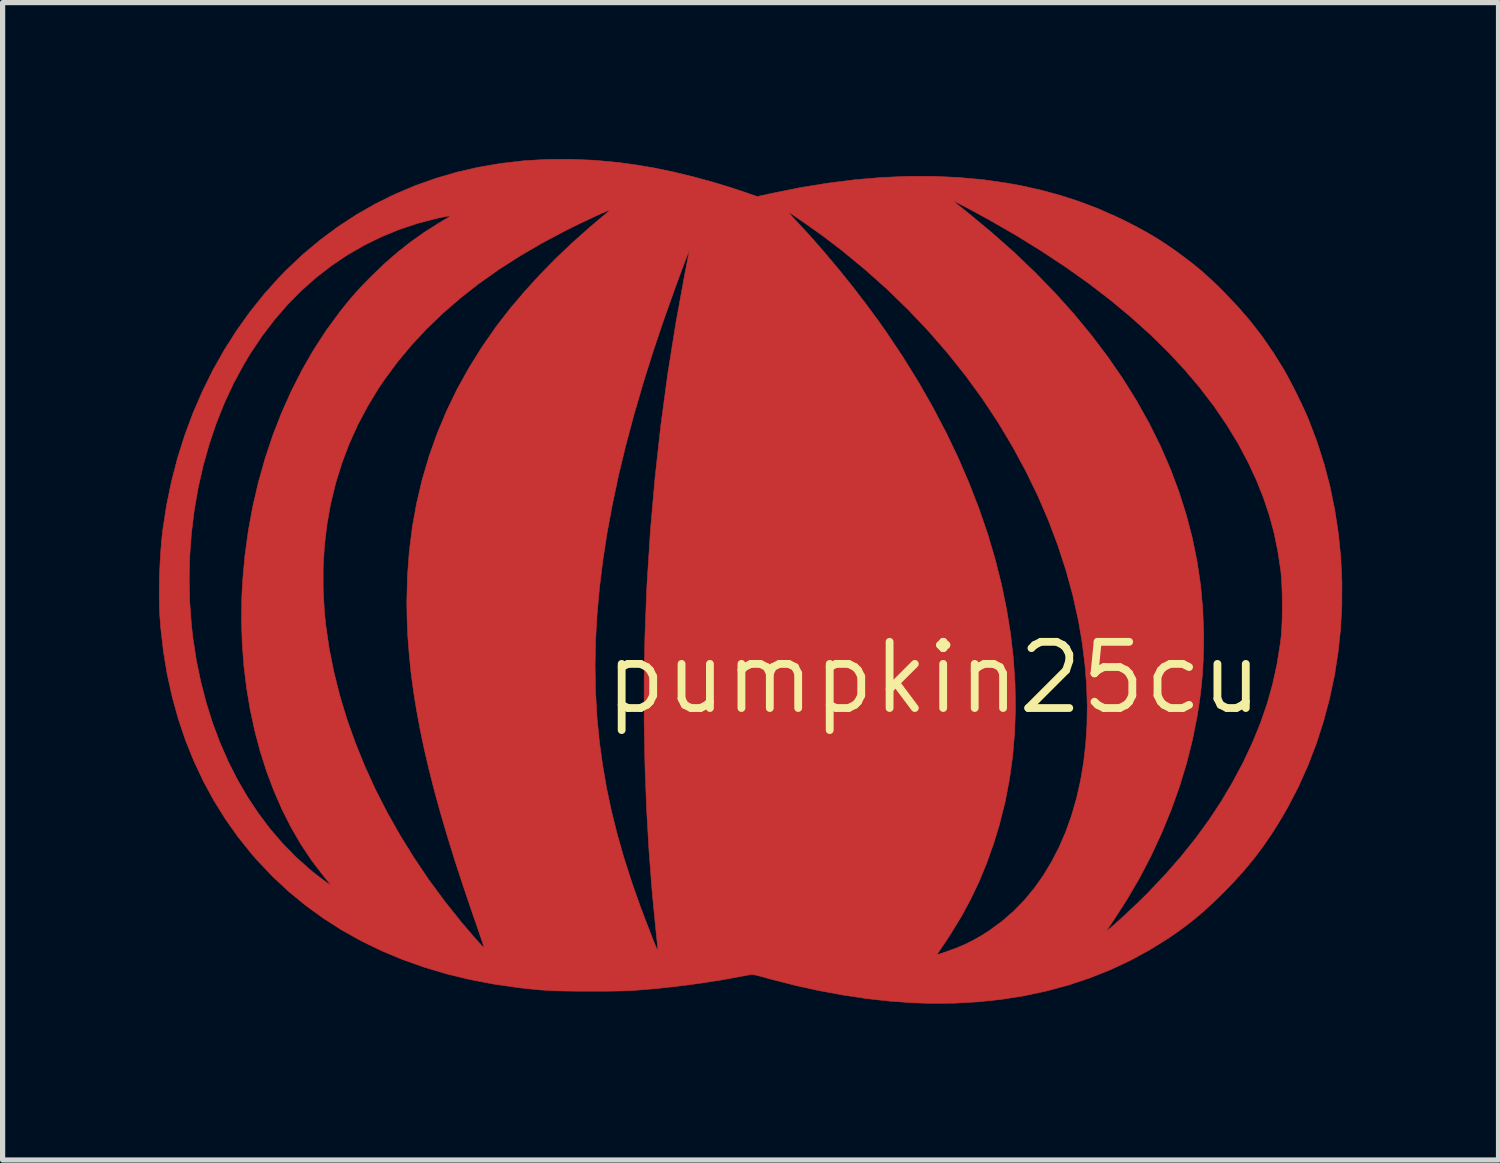
<source format=kicad_pcb>
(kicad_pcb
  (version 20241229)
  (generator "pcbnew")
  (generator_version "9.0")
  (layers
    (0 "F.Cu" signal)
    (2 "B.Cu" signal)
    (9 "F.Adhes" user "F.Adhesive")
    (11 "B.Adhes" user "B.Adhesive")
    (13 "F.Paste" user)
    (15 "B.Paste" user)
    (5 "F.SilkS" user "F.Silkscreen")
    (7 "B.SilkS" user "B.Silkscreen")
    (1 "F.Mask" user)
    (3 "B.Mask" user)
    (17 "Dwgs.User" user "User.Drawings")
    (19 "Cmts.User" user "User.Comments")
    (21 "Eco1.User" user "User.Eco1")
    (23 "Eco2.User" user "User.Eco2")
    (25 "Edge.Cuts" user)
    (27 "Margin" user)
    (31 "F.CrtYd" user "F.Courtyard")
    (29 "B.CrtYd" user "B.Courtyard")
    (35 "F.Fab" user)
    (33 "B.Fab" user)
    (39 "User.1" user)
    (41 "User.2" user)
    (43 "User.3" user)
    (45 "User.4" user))
  (footprint "pumpkin25cu"
    (layer "F.Cu")
    (at 14.864 9.954)
    (property "Reference" "pumpkin25cu" (at 0 0 0) (layer "F.SilkS") (effects (font (size 1.27 1.27) (thickness 0.15))))
    (attr through_hole)
    (fp_poly (pts (xy -6.518 -9.93) (xy -6.052 -9.887) (xy -5.716 -9.841) (xy -5.36 -9.781) (xy -4.991 -9.704) (xy -4.614 -9.613) (xy -4.236 -9.51) (xy -3.861 -9.395) (xy -3.626 -9.317) (xy -3.385 -9.233) (xy -3.099 -9.296) (xy -2.563 -9.404) (xy -2.034 -9.49) (xy -1.514 -9.556) (xy -1.003 -9.599) (xy -0.502 -9.621) (xy -0.011 -9.621) (xy 0.47 -9.6) (xy 0.938 -9.558) (xy 1.395 -9.493) (xy 1.674 -9.442) (xy 2.061 -9.356) (xy 2.43 -9.256) (xy 2.787 -9.14) (xy 3.137 -9.008) (xy 3.483 -8.856) (xy 3.664 -8.769) (xy 3.887 -8.656) (xy 4.091 -8.544) (xy 4.283 -8.43) (xy 4.47 -8.309) (xy 4.658 -8.179) (xy 4.807 -8.068) (xy 4.93 -7.975) (xy 5.041 -7.886) (xy 5.145 -7.799) (xy 5.247 -7.708) (xy 5.353 -7.61) (xy 5.467 -7.501) (xy 5.563 -7.405) (xy 5.829 -7.126) (xy 6.074 -6.843) (xy 6.3 -6.551) (xy 6.512 -6.243) (xy 6.715 -5.917) (xy 6.718 -5.912) (xy 6.772 -5.816) (xy 6.833 -5.702) (xy 6.899 -5.576) (xy 6.966 -5.442) (xy 7.031 -5.308) (xy 7.093 -5.178) (xy 7.147 -5.058) (xy 7.192 -4.953) (xy 7.192 -4.953) (xy 7.351 -4.535) (xy 7.488 -4.106) (xy 7.603 -3.668) (xy 7.694 -3.222) (xy 7.763 -2.771) (xy 7.809 -2.314) (xy 7.831 -1.855) (xy 7.83 -1.395) (xy 7.805 -0.935) (xy 7.759 -0.497) (xy 7.688 -0.043) (xy 7.593 0.404) (xy 7.476 0.842) (xy 7.338 1.27) (xy 7.177 1.687) (xy 6.996 2.092) (xy 6.793 2.483) (xy 6.657 2.718) (xy 6.491 2.984) (xy 6.321 3.232) (xy 6.144 3.467) (xy 5.955 3.696) (xy 5.75 3.923) (xy 5.569 4.11) (xy 5.393 4.282) (xy 5.226 4.438) (xy 5.062 4.58) (xy 4.897 4.713) (xy 4.726 4.841) (xy 4.544 4.968) (xy 4.496 5) (xy 4.14 5.222) (xy 3.77 5.423) (xy 3.388 5.602) (xy 2.993 5.759) (xy 2.586 5.895) (xy 2.168 6.008) (xy 1.738 6.1) (xy 1.298 6.17) (xy 0.848 6.217) (xy 0.388 6.243) (xy -0.082 6.245) (xy -0.4 6.235) (xy -0.833 6.204) (xy -1.28 6.155) (xy -1.736 6.087) (xy -2.199 6.002) (xy -2.665 5.899) (xy -3.131 5.78) (xy -3.276 5.739) (xy -3.368 5.715) (xy -3.438 5.699) (xy -3.486 5.693) (xy -3.505 5.693) (xy -3.531 5.698) (xy -3.578 5.706) (xy -3.64 5.718) (xy -3.712 5.731) (xy -3.785 5.745) (xy -4.076 5.797) (xy -4.385 5.846) (xy -4.703 5.891) (xy -5.023 5.93) (xy -5.264 5.956) (xy -5.402 5.969) (xy -5.527 5.98) (xy -5.644 5.989) (xy -5.755 5.997) (xy -5.866 6.002) (xy -5.981 6.007) (xy -6.103 6.01) (xy -6.237 6.012) (xy -6.387 6.013) (xy -6.557 6.013) (xy -6.61 6.013) (xy -6.792 6.013) (xy -6.952 6.011) (xy -7.095 6.009) (xy -7.224 6.006) (xy -7.344 6.001) (xy -7.458 5.994) (xy -7.571 5.986) (xy -7.685 5.975) (xy -7.806 5.963) (xy -7.938 5.948) (xy -7.976 5.943) (xy -8.449 5.875) (xy -8.909 5.787) (xy -9.354 5.678) (xy -9.785 5.549) (xy -10.201 5.401) (xy -10.603 5.233) (xy -10.988 5.045) (xy -11.359 4.838) (xy -11.713 4.611) (xy -12.052 4.365) (xy -12.374 4.101) (xy -12.679 3.817) (xy -12.967 3.514) (xy -13.083 3.382) (xy -13.346 3.054) (xy -13.589 2.711) (xy -13.812 2.353) (xy -14.014 1.981) (xy -14.195 1.596) (xy -14.355 1.198) (xy -14.493 0.788) (xy -14.61 0.366) (xy -14.706 -0.067) (xy -14.779 -0.511) (xy -14.831 -0.965) (xy -14.848 -1.194) (xy -14.856 -1.372) (xy -14.859 -1.569) (xy -14.858 -1.779) (xy -14.855 -1.903) (xy -14.284 -1.903) (xy -14.274 -1.458) (xy -14.241 -1.013) (xy -14.211 -0.749) (xy -14.146 -0.329) (xy -14.061 0.081) (xy -13.957 0.48) (xy -13.835 0.868) (xy -13.694 1.243) (xy -13.536 1.605) (xy -13.36 1.952) (xy -13.167 2.284) (xy -12.958 2.599) (xy -12.734 2.897) (xy -12.494 3.176) (xy -12.239 3.437) (xy -11.97 3.677) (xy -11.899 3.735) (xy -11.848 3.775) (xy -11.792 3.818) (xy -11.736 3.861) (xy -11.682 3.901) (xy -11.635 3.935) (xy -11.599 3.96) (xy -11.577 3.973) (xy -11.573 3.975) (xy -11.576 3.966) (xy -11.59 3.946) (xy -11.591 3.945) (xy -11.608 3.924) (xy -11.637 3.888) (xy -11.674 3.842) (xy -11.715 3.791) (xy -11.717 3.789) (xy -11.936 3.502) (xy -12.141 3.195) (xy -12.329 2.87) (xy -12.502 2.528) (xy -12.658 2.17) (xy -12.798 1.799) (xy -12.921 1.414) (xy -13.026 1.017) (xy -13.114 0.61) (xy -13.183 0.194) (xy -13.235 -0.231) (xy -13.267 -0.662) (xy -13.281 -1.1) (xy -13.275 -1.541) (xy -13.258 -1.867) (xy -13.236 -2.114) (xy -11.714 -2.114) (xy -11.714 -1.693) (xy -11.69 -1.266) (xy -11.664 -1.01) (xy -11.599 -0.562) (xy -11.509 -0.113) (xy -11.396 0.339) (xy -11.259 0.791) (xy -11.099 1.242) (xy -10.917 1.692) (xy -10.713 2.139) (xy -10.487 2.581) (xy -10.24 3.019) (xy -9.973 3.45) (xy -9.687 3.875) (xy -9.381 4.29) (xy -9.056 4.697) (xy -8.789 5.008) (xy -8.739 5.063) (xy -8.696 5.11) (xy -8.661 5.147) (xy -8.638 5.171) (xy -8.628 5.178) (xy -8.63 5.165) (xy -8.639 5.133) (xy -8.653 5.089) (xy -8.66 5.066) (xy -8.673 5.03) (xy -8.692 4.974) (xy -8.718 4.9) (xy -8.748 4.812) (xy -8.782 4.713) (xy -8.819 4.607) (xy -8.857 4.497) (xy -8.863 4.478) (xy -9.032 3.98) (xy -9.188 3.503) (xy -9.33 3.044) (xy -9.46 2.602) (xy -9.577 2.178) (xy -9.681 1.768) (xy -9.774 1.372) (xy -9.854 0.989) (xy -9.923 0.617) (xy -9.981 0.255) (xy -10.028 -0.098) (xy -10.042 -0.237) (xy -6.497 -0.237) (xy -6.489 0.239) (xy -6.464 0.706) (xy -6.458 0.784) (xy -6.414 1.229) (xy -6.353 1.671) (xy -6.277 2.114) (xy -6.183 2.558) (xy -6.071 3.006) (xy -5.941 3.462) (xy -5.792 3.926) (xy -5.624 4.402) (xy -5.52 4.676) (xy -5.468 4.809) (xy -5.425 4.921) (xy -5.39 5.012) (xy -5.361 5.084) (xy -5.338 5.14) (xy -5.321 5.181) (xy -5.309 5.209) (xy -5.301 5.225) (xy -5.296 5.232) (xy -5.295 5.232) (xy -5.295 5.22) (xy -5.297 5.186) (xy -5.301 5.134) (xy -5.307 5.067) (xy -5.315 4.987) (xy -5.323 4.918) (xy -5.4 4.13) (xy -5.462 3.326) (xy -5.509 2.508) (xy -5.54 1.681) (xy -5.556 0.847) (xy -5.556 0.012) (xy -5.54 -0.823) (xy -5.508 -1.652) (xy -5.499 -1.829) (xy -5.434 -2.842) (xy -5.346 -3.845) (xy -5.236 -4.84) (xy -5.103 -5.829) (xy -4.946 -6.814) (xy -4.787 -7.685) (xy -4.768 -7.785) (xy -4.75 -7.878) (xy -4.733 -7.963) (xy -4.719 -8.034) (xy -4.708 -8.09) (xy -4.701 -8.125) (xy -4.699 -8.134) (xy -4.693 -8.166) (xy -4.691 -8.186) (xy -4.692 -8.188) (xy -4.698 -8.178) (xy -4.712 -8.145) (xy -4.734 -8.091) (xy -4.763 -8.014) (xy -4.8 -7.918) (xy -4.843 -7.803) (xy -4.892 -7.67) (xy -4.943 -7.531) (xy -5.174 -6.884) (xy -5.387 -6.252) (xy -5.58 -5.637) (xy -5.754 -5.037) (xy -5.91 -4.452) (xy -6.048 -3.88) (xy -6.166 -3.323) (xy -6.267 -2.779) (xy -6.349 -2.247) (xy -6.413 -1.728) (xy -6.459 -1.22) (xy -6.487 -0.723) (xy -6.497 -0.237) (xy -10.042 -0.237) (xy -10.063 -0.444) (xy -10.089 -0.783) (xy -10.104 -1.117) (xy -10.109 -1.448) (xy -10.109 -1.454) (xy -10.097 -1.942) (xy -10.062 -2.422) (xy -10.003 -2.892) (xy -9.92 -3.354) (xy -9.813 -3.806) (xy -9.682 -4.25) (xy -9.527 -4.686) (xy -9.349 -5.113) (xy -9.147 -5.531) (xy -8.92 -5.941) (xy -8.67 -6.342) (xy -8.396 -6.736) (xy -8.357 -6.788) (xy -8.111 -7.103) (xy -7.843 -7.419) (xy -7.555 -7.734) (xy -7.249 -8.046) (xy -6.927 -8.352) (xy -6.593 -8.649) (xy -6.385 -8.825) (xy -6.329 -8.871) (xy -6.28 -8.912) (xy -6.267 -8.923) (xy -2.779 -8.923) (xy -2.764 -8.903) (xy -2.762 -8.901) (xy -2.744 -8.88) (xy -2.712 -8.845) (xy -2.672 -8.802) (xy -2.635 -8.763) (xy -2.369 -8.474) (xy -2.099 -8.166) (xy -1.829 -7.844) (xy -1.564 -7.515) (xy -1.309 -7.183) (xy -1.066 -6.854) (xy -0.912 -6.636) (xy -0.593 -6.159) (xy -0.296 -5.679) (xy -0.02 -5.196) (xy 0.234 -4.712) (xy 0.467 -4.226) (xy 0.677 -3.739) (xy 0.866 -3.252) (xy 1.033 -2.766) (xy 1.177 -2.28) (xy 1.299 -1.796) (xy 1.398 -1.315) (xy 1.475 -0.836) (xy 1.529 -0.36) (xy 1.56 0.111) (xy 1.568 0.578) (xy 1.553 1.039) (xy 1.515 1.495) (xy 1.453 1.944) (xy 1.368 2.387) (xy 1.259 2.822) (xy 1.149 3.181) (xy 1.017 3.553) (xy 0.871 3.907) (xy 0.709 4.247) (xy 0.53 4.579) (xy 0.33 4.907) (xy 0.246 5.036) (xy 0.201 5.103) (xy 0.159 5.164) (xy 0.124 5.217) (xy 0.098 5.256) (xy 0.082 5.278) (xy 0.081 5.28) (xy 0.07 5.3) (xy 0.073 5.309) (xy 0.089 5.305) (xy 0.124 5.294) (xy 0.174 5.278) (xy 0.233 5.258) (xy 0.249 5.252) (xy 0.438 5.183) (xy 0.61 5.11) (xy 0.772 5.028) (xy 0.935 4.934) (xy 1.073 4.845) (xy 1.311 4.671) (xy 1.533 4.477) (xy 1.74 4.265) (xy 1.931 4.034) (xy 2.107 3.785) (xy 2.266 3.52) (xy 2.41 3.24) (xy 2.537 2.944) (xy 2.647 2.634) (xy 2.74 2.311) (xy 2.816 1.975) (xy 2.875 1.627) (xy 2.916 1.268) (xy 2.94 0.899) (xy 2.945 0.521) (xy 2.932 0.133) (xy 2.9 -0.261) (xy 2.85 -0.663) (xy 2.781 -1.072) (xy 2.773 -1.111) (xy 2.667 -1.591) (xy 2.535 -2.07) (xy 2.379 -2.548) (xy 2.199 -3.024) (xy 1.995 -3.496) (xy 1.768 -3.964) (xy 1.518 -4.426) (xy 1.246 -4.882) (xy 1.231 -4.906) (xy 0.93 -5.36) (xy 0.607 -5.803) (xy 0.262 -6.235) (xy -0.104 -6.656) (xy -0.49 -7.063) (xy -0.894 -7.456) (xy -1.317 -7.833) (xy -1.756 -8.195) (xy -2.074 -8.438) (xy -2.135 -8.483) (xy -2.205 -8.534) (xy -2.283 -8.589) (xy -2.364 -8.646) (xy -2.445 -8.704) (xy -2.524 -8.758) (xy -2.597 -8.809) (xy -2.66 -8.852) (xy -2.712 -8.887) (xy -2.748 -8.91) (xy -2.762 -8.918) (xy -2.779 -8.927) (xy -2.779 -8.923) (xy -6.267 -8.923) (xy -6.242 -8.944) (xy -6.218 -8.966) (xy -6.21 -8.973) (xy -6.221 -8.972) (xy -6.252 -8.96) (xy -6.301 -8.94) (xy -6.365 -8.913) (xy -6.44 -8.879) (xy -6.526 -8.839) (xy -6.618 -8.796) (xy -6.715 -8.751) (xy -6.813 -8.704) (xy -6.911 -8.656) (xy -7.004 -8.61) (xy -7.068 -8.578) (xy -7.517 -8.34) (xy -7.943 -8.091) (xy -8.346 -7.832) (xy -8.727 -7.563) (xy -9.084 -7.283) (xy -9.42 -6.992) (xy -9.733 -6.691) (xy -10.024 -6.378) (xy -10.293 -6.054) (xy -10.54 -5.719) (xy -10.646 -5.563) (xy -10.858 -5.215) (xy -11.048 -4.858) (xy -11.214 -4.491) (xy -11.356 -4.115) (xy -11.475 -3.731) (xy -11.571 -3.338) (xy -11.642 -2.937) (xy -11.69 -2.529) (xy -11.714 -2.114) (xy -13.236 -2.114) (xy -13.214 -2.35) (xy -13.149 -2.828) (xy -13.062 -3.298) (xy -12.954 -3.76) (xy -12.826 -4.213) (xy -12.679 -4.654) (xy -12.511 -5.084) (xy -12.325 -5.501) (xy -12.12 -5.904) (xy -11.897 -6.292) (xy -11.656 -6.663) (xy -11.397 -7.016) (xy -11.392 -7.023) (xy -11.28 -7.163) (xy -11.173 -7.293) (xy -11.063 -7.417) (xy -10.946 -7.543) (xy -10.816 -7.676) (xy -10.783 -7.709) (xy -10.537 -7.945) (xy -10.291 -8.16) (xy -10.04 -8.358) (xy -9.779 -8.543) (xy -9.503 -8.719) (xy -9.43 -8.763) (xy -9.364 -8.801) (xy -9.318 -8.829) (xy -9.291 -8.847) (xy -9.279 -8.857) (xy -9.281 -8.861) (xy -9.295 -8.861) (xy -9.315 -8.858) (xy -9.353 -8.852) (xy -9.408 -8.841) (xy -9.472 -8.828) (xy -9.538 -8.814) (xy -9.904 -8.718) (xy -10.259 -8.599) (xy -10.603 -8.458) (xy -10.934 -8.295) (xy -11.253 -8.11) (xy -11.559 -7.904) (xy -11.852 -7.677) (xy -12.132 -7.428) (xy -12.397 -7.16) (xy -12.648 -6.87) (xy -12.884 -6.561) (xy -13.105 -6.232) (xy -13.233 -6.02) (xy -13.429 -5.658) (xy -13.605 -5.282) (xy -13.762 -4.891) (xy -13.898 -4.489) (xy -14.015 -4.075) (xy -14.111 -3.653) (xy -14.186 -3.223) (xy -14.24 -2.787) (xy -14.273 -2.346) (xy -14.284 -1.903) (xy -14.855 -1.903) (xy -14.853 -1.996) (xy -14.843 -2.215) (xy -14.83 -2.429) (xy -14.813 -2.632) (xy -14.793 -2.82) (xy -14.789 -2.851) (xy -14.718 -3.313) (xy -14.624 -3.767) (xy -14.508 -4.213) (xy -14.371 -4.65) (xy -14.212 -5.076) (xy -14.033 -5.491) (xy -13.834 -5.894) (xy -13.615 -6.283) (xy -13.377 -6.658) (xy -13.121 -7.017) (xy -12.846 -7.36) (xy -12.554 -7.686) (xy -12.409 -7.834) (xy -12.095 -8.129) (xy -11.767 -8.403) (xy -11.427 -8.655) (xy -11.075 -8.885) (xy -10.712 -9.093) (xy -10.607 -9.144) (xy 0.381 -9.144) (xy 0.39 -9.135) (xy 0.406 -9.122) (xy 0.429 -9.103) (xy 0.469 -9.072) (xy 0.52 -9.03) (xy 0.58 -8.983) (xy 0.643 -8.932) (xy 0.647 -8.929) (xy 1.101 -8.553) (xy 1.533 -8.171) (xy 1.941 -7.781) (xy 2.326 -7.385) (xy 2.688 -6.982) (xy 3.025 -6.573) (xy 3.339 -6.158) (xy 3.629 -5.737) (xy 3.894 -5.311) (xy 4.135 -4.879) (xy 4.352 -4.442) (xy 4.538 -4.013) (xy 4.705 -3.569) (xy 4.846 -3.123) (xy 4.963 -2.674) (xy 5.054 -2.223) (xy 5.121 -1.768) (xy 5.162 -1.308) (xy 5.179 -0.845) (xy 5.178 -0.578) (xy 5.17 -0.329) (xy 5.157 -0.096) (xy 5.138 0.128) (xy 5.112 0.351) (xy 5.079 0.583) (xy 5.054 0.737) (xy 4.965 1.186) (xy 4.852 1.637) (xy 4.715 2.087) (xy 4.555 2.534) (xy 4.374 2.976) (xy 4.172 3.411) (xy 3.95 3.838) (xy 3.708 4.253) (xy 3.448 4.656) (xy 3.42 4.696) (xy 3.384 4.75) (xy 3.353 4.796) (xy 3.332 4.83) (xy 3.322 4.849) (xy 3.321 4.851) (xy 3.334 4.844) (xy 3.361 4.823) (xy 3.398 4.792) (xy 3.427 4.767) (xy 3.527 4.679) (xy 3.638 4.578) (xy 3.756 4.468) (xy 3.875 4.356) (xy 3.989 4.245) (xy 4.093 4.142) (xy 4.128 4.106) (xy 4.45 3.766) (xy 4.749 3.424) (xy 5.024 3.08) (xy 5.279 2.731) (xy 5.513 2.376) (xy 5.729 2.013) (xy 5.928 1.64) (xy 5.942 1.613) (xy 6.117 1.239) (xy 6.268 0.869) (xy 6.396 0.498) (xy 6.501 0.125) (xy 6.584 -0.253) (xy 6.646 -0.638) (xy 6.664 -0.777) (xy 6.673 -0.883) (xy 6.68 -1.009) (xy 6.685 -1.15) (xy 6.687 -1.3) (xy 6.687 -1.454) (xy 6.685 -1.606) (xy 6.68 -1.752) (xy 6.673 -1.887) (xy 6.664 -2.003) (xy 6.658 -2.057) (xy 6.603 -2.423) (xy 6.531 -2.775) (xy 6.438 -3.118) (xy 6.326 -3.455) (xy 6.191 -3.792) (xy 6.038 -4.121) (xy 5.843 -4.49) (xy 5.622 -4.853) (xy 5.377 -5.211) (xy 5.107 -5.564) (xy 4.813 -5.912) (xy 4.494 -6.254) (xy 4.151 -6.59) (xy 3.783 -6.921) (xy 3.392 -7.246) (xy 2.976 -7.565) (xy 2.536 -7.878) (xy 2.072 -8.185) (xy 1.584 -8.487) (xy 1.072 -8.782) (xy 0.8 -8.931) (xy 0.721 -8.973) (xy 0.643 -9.015) (xy 0.571 -9.053) (xy 0.51 -9.084) (xy 0.465 -9.107) (xy 0.457 -9.111) (xy 0.412 -9.133) (xy 0.387 -9.144) (xy 0.381 -9.144) (xy -10.607 -9.144) (xy -10.336 -9.278) (xy -9.95 -9.442) (xy -9.554 -9.582) (xy -9.147 -9.701) (xy -8.731 -9.796) (xy -8.305 -9.869) (xy -7.871 -9.919) (xy -7.428 -9.946) (xy -6.977 -9.949) (xy -6.518 -9.93)) (stroke (width 0.01) (type solid)) (fill yes) (layer "F.Cu")))
  (gr_rect
    (start -3 -3)
    (end 25.7 19.205)
    (stroke (width 0.1) (type default))
    (fill no)
    (layer "Edge.Cuts")))
</source>
